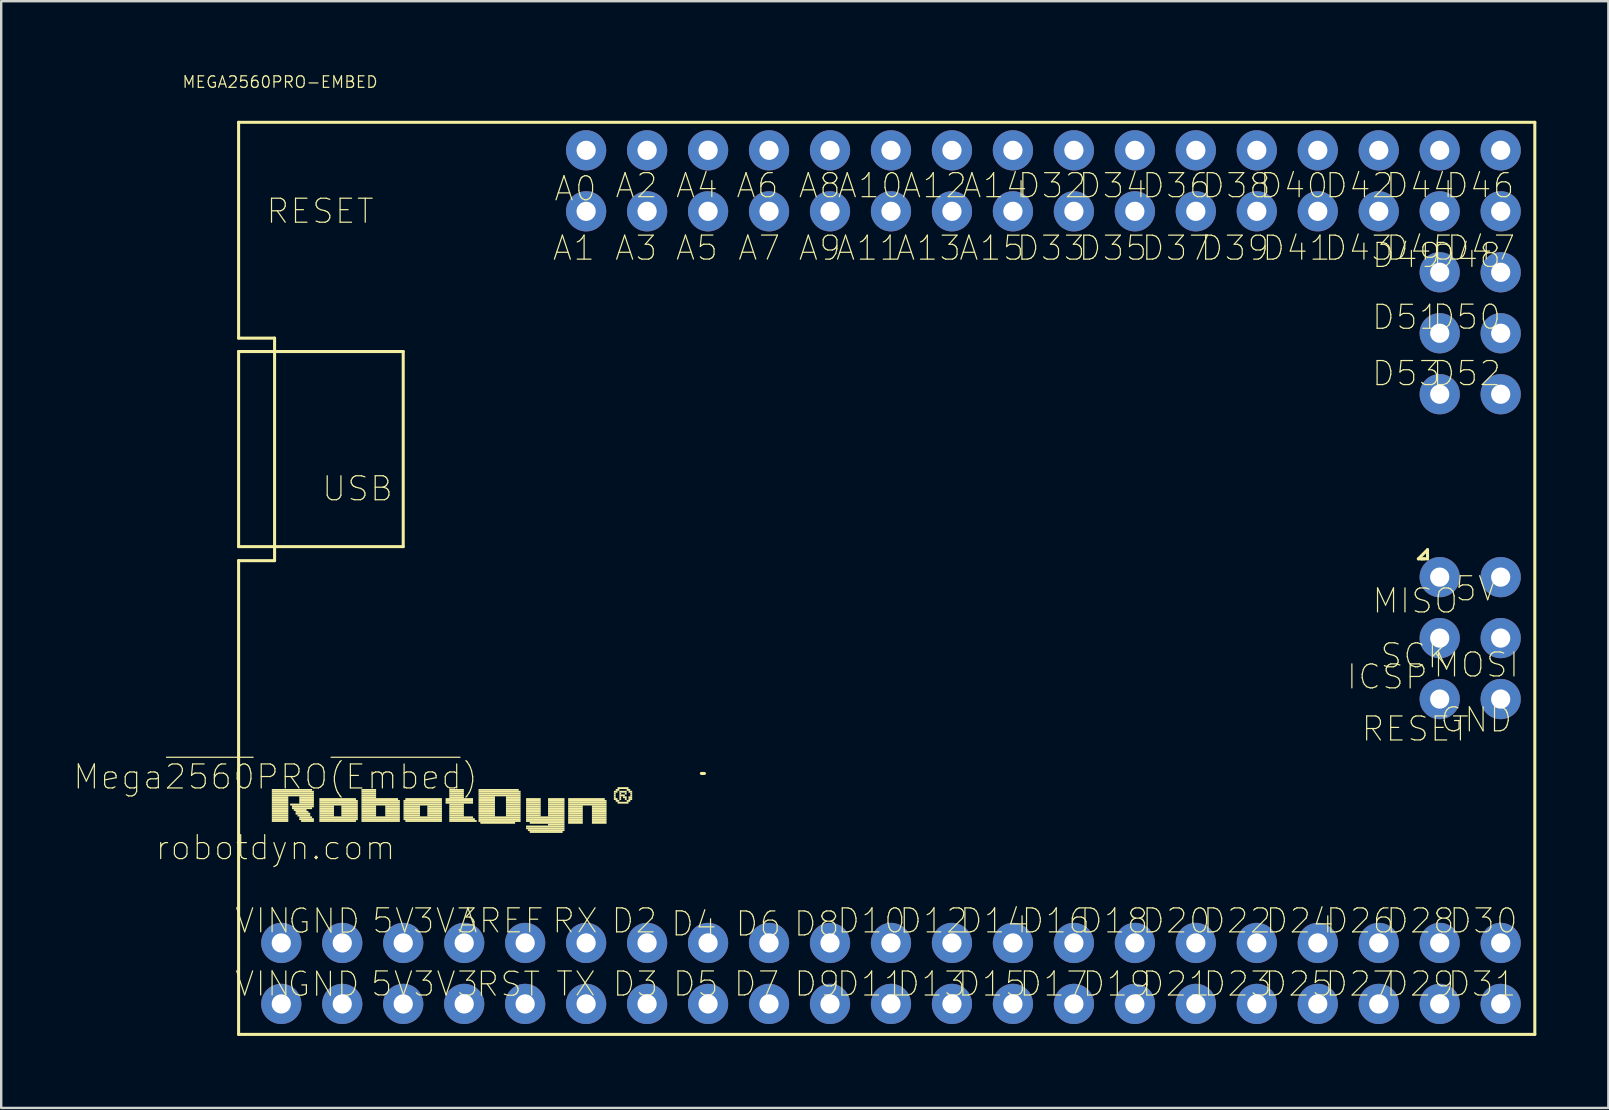
<source format=kicad_pcb>
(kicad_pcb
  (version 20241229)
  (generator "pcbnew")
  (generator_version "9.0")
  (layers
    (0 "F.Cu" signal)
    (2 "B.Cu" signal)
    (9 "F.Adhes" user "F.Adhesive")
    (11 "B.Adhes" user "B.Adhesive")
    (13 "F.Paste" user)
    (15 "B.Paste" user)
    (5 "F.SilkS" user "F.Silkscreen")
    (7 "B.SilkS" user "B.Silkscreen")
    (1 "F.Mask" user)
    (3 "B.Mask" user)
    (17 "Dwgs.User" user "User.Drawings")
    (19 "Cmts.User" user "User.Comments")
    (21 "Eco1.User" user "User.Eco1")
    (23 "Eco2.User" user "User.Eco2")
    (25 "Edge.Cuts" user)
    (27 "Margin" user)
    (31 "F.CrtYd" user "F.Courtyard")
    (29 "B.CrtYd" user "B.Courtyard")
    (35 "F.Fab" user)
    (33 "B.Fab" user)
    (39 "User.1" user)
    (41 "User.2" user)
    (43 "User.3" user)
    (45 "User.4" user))
  (footprint "MEGA2560PRO-EMBED"
    (layer "F.Cu")
    (at 41.688 19.723)
    (property "Reference" "MEGA2560PRO-EMBED" (at -33.071 -19.355 0) (layer "F.SilkS") (effects (font (size 0.48 0.48) (thickness 0.05))))
    (attr through_hole)
    (fp_line (start -34.798 -17.678) (end 19.202 -17.678) (stroke (width 0.127) (type solid)) (layer "F.SilkS"))
    (fp_line (start -34.798 -8.687) (end -34.798 -17.678) (stroke (width 0.127) (type solid)) (layer "F.SilkS"))
    (fp_line (start -34.798 -8.687) (end -33.299 -8.687) (stroke (width 0.127) (type solid)) (layer "F.SilkS"))
    (fp_line (start -34.798 -8.128) (end -34.798 0) (stroke (width 0.127) (type solid)) (layer "F.SilkS"))
    (fp_line (start -34.798 0) (end -27.94 0) (stroke (width 0.127) (type solid)) (layer "F.SilkS"))
    (fp_line (start -34.798 0.584) (end -33.299 0.584) (stroke (width 0.127) (type solid)) (layer "F.SilkS"))
    (fp_line (start -34.798 20.32) (end -34.798 0.584) (stroke (width 0.127) (type solid)) (layer "F.SilkS"))
    (fp_line (start -34.798 20.32) (end 19.202 20.32) (stroke (width 0.127) (type solid)) (layer "F.SilkS"))
    (fp_line (start -33.299 0.584) (end -33.299 -8.687) (stroke (width 0.127) (type solid)) (layer "F.SilkS"))
    (fp_line (start -27.94 -8.128) (end -34.798 -8.128) (stroke (width 0.127) (type solid)) (layer "F.SilkS"))
    (fp_line (start -27.94 0) (end -27.94 -8.128) (stroke (width 0.127) (type solid)) (layer "F.SilkS"))
    (fp_line (start -15.519 9.449) (end -15.392 9.449) (stroke (width 0.127) (type solid)) (layer "F.SilkS"))
    (fp_line (start 14.351 0.508) (end 14.732 0.127) (stroke (width 0.127) (type solid)) (layer "F.SilkS"))
    (fp_line (start 14.478 0.508) (end 14.351 0.508) (stroke (width 0.127) (type solid)) (layer "F.SilkS"))
    (fp_line (start 14.605 0.508) (end 14.478 0.508) (stroke (width 0.127) (type solid)) (layer "F.SilkS"))
    (fp_line (start 14.732 0.127) (end 14.732 0.508) (stroke (width 0.127) (type solid)) (layer "F.SilkS"))
    (fp_line (start 14.732 0.508) (end 14.478 0.508) (stroke (width 0.127) (type solid)) (layer "F.SilkS"))
    (fp_line (start 19.202 20.32) (end 19.202 -17.678) (stroke (width 0.127) (type solid)) (layer "F.SilkS"))
    (fp_poly (pts (xy -33.414 10.097) (xy -31.737 10.097) (xy -31.737 10.173) (xy -33.414 10.173)) (stroke (width 0) (type solid)) (fill yes) (layer "F.SilkS"))
    (fp_poly (pts (xy -33.414 10.173) (xy -31.661 10.173) (xy -31.661 10.249) (xy -33.414 10.249)) (stroke (width 0) (type solid)) (fill yes) (layer "F.SilkS"))
    (fp_poly (pts (xy -33.414 10.249) (xy -31.661 10.249) (xy -31.661 10.325) (xy -33.414 10.325)) (stroke (width 0) (type solid)) (fill yes) (layer "F.SilkS"))
    (fp_poly (pts (xy -33.414 10.325) (xy -31.661 10.325) (xy -31.661 10.401) (xy -33.414 10.401)) (stroke (width 0) (type solid)) (fill yes) (layer "F.SilkS"))
    (fp_poly (pts (xy -33.414 10.401) (xy -32.728 10.401) (xy -32.728 10.477) (xy -33.414 10.477)) (stroke (width 0) (type solid)) (fill yes) (layer "F.SilkS"))
    (fp_poly (pts (xy -33.414 10.477) (xy -32.728 10.477) (xy -32.728 10.554) (xy -33.414 10.554)) (stroke (width 0) (type solid)) (fill yes) (layer "F.SilkS"))
    (fp_poly (pts (xy -33.414 10.554) (xy -32.728 10.554) (xy -32.728 10.63) (xy -33.414 10.63)) (stroke (width 0) (type solid)) (fill yes) (layer "F.SilkS"))
    (fp_poly (pts (xy -33.414 10.63) (xy -32.728 10.63) (xy -32.728 10.706) (xy -33.414 10.706)) (stroke (width 0) (type solid)) (fill yes) (layer "F.SilkS"))
    (fp_poly (pts (xy -33.414 10.706) (xy -32.728 10.706) (xy -32.728 10.782) (xy -33.414 10.782)) (stroke (width 0) (type solid)) (fill yes) (layer "F.SilkS"))
    (fp_poly (pts (xy -33.414 10.782) (xy -32.728 10.782) (xy -32.728 10.858) (xy -33.414 10.858)) (stroke (width 0) (type solid)) (fill yes) (layer "F.SilkS"))
    (fp_poly (pts (xy -33.414 10.858) (xy -32.728 10.858) (xy -32.728 10.935) (xy -33.414 10.935)) (stroke (width 0) (type solid)) (fill yes) (layer "F.SilkS"))
    (fp_poly (pts (xy -33.414 10.935) (xy -32.728 10.935) (xy -32.728 11.011) (xy -33.414 11.011)) (stroke (width 0) (type solid)) (fill yes) (layer "F.SilkS"))
    (fp_poly (pts (xy -33.414 11.011) (xy -32.728 11.011) (xy -32.728 11.087) (xy -33.414 11.087)) (stroke (width 0) (type solid)) (fill yes) (layer "F.SilkS"))
    (fp_poly (pts (xy -33.414 11.087) (xy -32.728 11.087) (xy -32.728 11.163) (xy -33.414 11.163)) (stroke (width 0) (type solid)) (fill yes) (layer "F.SilkS"))
    (fp_poly (pts (xy -33.414 11.163) (xy -32.728 11.163) (xy -32.728 11.239) (xy -33.414 11.239)) (stroke (width 0) (type solid)) (fill yes) (layer "F.SilkS"))
    (fp_poly (pts (xy -33.414 11.239) (xy -32.728 11.239) (xy -32.728 11.316) (xy -33.414 11.316)) (stroke (width 0) (type solid)) (fill yes) (layer "F.SilkS"))
    (fp_poly (pts (xy -33.414 11.316) (xy -32.728 11.316) (xy -32.728 11.392) (xy -33.414 11.392)) (stroke (width 0) (type solid)) (fill yes) (layer "F.SilkS"))
    (fp_poly (pts (xy -33.414 11.392) (xy -32.728 11.392) (xy -32.728 11.468) (xy -33.414 11.468)) (stroke (width 0) (type solid)) (fill yes) (layer "F.SilkS"))
    (fp_poly (pts (xy -32.652 10.706) (xy -31.661 10.706) (xy -31.661 10.782) (xy -32.652 10.782)) (stroke (width 0) (type solid)) (fill yes) (layer "F.SilkS"))
    (fp_poly (pts (xy -32.575 10.782) (xy -31.661 10.782) (xy -31.661 10.858) (xy -32.575 10.858)) (stroke (width 0) (type solid)) (fill yes) (layer "F.SilkS"))
    (fp_poly (pts (xy -32.575 10.858) (xy -31.737 10.858) (xy -31.737 10.935) (xy -32.575 10.935)) (stroke (width 0) (type solid)) (fill yes) (layer "F.SilkS"))
    (fp_poly (pts (xy -32.499 10.935) (xy -31.966 10.935) (xy -31.966 11.011) (xy -32.499 11.011)) (stroke (width 0) (type solid)) (fill yes) (layer "F.SilkS"))
    (fp_poly (pts (xy -32.423 11.011) (xy -31.89 11.011) (xy -31.89 11.087) (xy -32.423 11.087)) (stroke (width 0) (type solid)) (fill yes) (layer "F.SilkS"))
    (fp_poly (pts (xy -32.423 11.087) (xy -31.814 11.087) (xy -31.814 11.163) (xy -32.423 11.163)) (stroke (width 0) (type solid)) (fill yes) (layer "F.SilkS"))
    (fp_poly (pts (xy -32.347 11.163) (xy -31.814 11.163) (xy -31.814 11.239) (xy -32.347 11.239)) (stroke (width 0) (type solid)) (fill yes) (layer "F.SilkS"))
    (fp_poly (pts (xy -32.271 10.401) (xy -31.661 10.401) (xy -31.661 10.477) (xy -32.271 10.477)) (stroke (width 0) (type solid)) (fill yes) (layer "F.SilkS"))
    (fp_poly (pts (xy -32.271 10.477) (xy -31.661 10.477) (xy -31.661 10.554) (xy -32.271 10.554)) (stroke (width 0) (type solid)) (fill yes) (layer "F.SilkS"))
    (fp_poly (pts (xy -32.271 10.554) (xy -31.661 10.554) (xy -31.661 10.63) (xy -32.271 10.63)) (stroke (width 0) (type solid)) (fill yes) (layer "F.SilkS"))
    (fp_poly (pts (xy -32.271 10.63) (xy -31.661 10.63) (xy -31.661 10.706) (xy -32.271 10.706)) (stroke (width 0) (type solid)) (fill yes) (layer "F.SilkS"))
    (fp_poly (pts (xy -32.271 11.239) (xy -31.737 11.239) (xy -31.737 11.316) (xy -32.271 11.316)) (stroke (width 0) (type solid)) (fill yes) (layer "F.SilkS"))
    (fp_poly (pts (xy -32.271 11.316) (xy -31.661 11.316) (xy -31.661 11.392) (xy -32.271 11.392)) (stroke (width 0) (type solid)) (fill yes) (layer "F.SilkS"))
    (fp_poly (pts (xy -32.194 11.392) (xy -31.661 11.392) (xy -31.661 11.468) (xy -32.194 11.468)) (stroke (width 0) (type solid)) (fill yes) (layer "F.SilkS"))
    (fp_poly (pts (xy -31.433 10.477) (xy -29.909 10.477) (xy -29.909 10.554) (xy -31.433 10.554)) (stroke (width 0) (type solid)) (fill yes) (layer "F.SilkS"))
    (fp_poly (pts (xy -31.433 10.554) (xy -29.832 10.554) (xy -29.832 10.63) (xy -31.433 10.63)) (stroke (width 0) (type solid)) (fill yes) (layer "F.SilkS"))
    (fp_poly (pts (xy -31.433 10.63) (xy -29.832 10.63) (xy -29.832 10.706) (xy -31.433 10.706)) (stroke (width 0) (type solid)) (fill yes) (layer "F.SilkS"))
    (fp_poly (pts (xy -31.433 10.706) (xy -29.832 10.706) (xy -29.832 10.782) (xy -31.433 10.782)) (stroke (width 0) (type solid)) (fill yes) (layer "F.SilkS"))
    (fp_poly (pts (xy -31.433 10.782) (xy -30.823 10.782) (xy -30.823 10.858) (xy -31.433 10.858)) (stroke (width 0) (type solid)) (fill yes) (layer "F.SilkS"))
    (fp_poly (pts (xy -31.433 10.858) (xy -30.823 10.858) (xy -30.823 10.935) (xy -31.433 10.935)) (stroke (width 0) (type solid)) (fill yes) (layer "F.SilkS"))
    (fp_poly (pts (xy -31.433 10.935) (xy -30.823 10.935) (xy -30.823 11.011) (xy -31.433 11.011)) (stroke (width 0) (type solid)) (fill yes) (layer "F.SilkS"))
    (fp_poly (pts (xy -31.433 11.011) (xy -30.823 11.011) (xy -30.823 11.087) (xy -31.433 11.087)) (stroke (width 0) (type solid)) (fill yes) (layer "F.SilkS"))
    (fp_poly (pts (xy -31.433 11.087) (xy -30.823 11.087) (xy -30.823 11.163) (xy -31.433 11.163)) (stroke (width 0) (type solid)) (fill yes) (layer "F.SilkS"))
    (fp_poly (pts (xy -31.433 11.163) (xy -30.823 11.163) (xy -30.823 11.239) (xy -31.433 11.239)) (stroke (width 0) (type solid)) (fill yes) (layer "F.SilkS"))
    (fp_poly (pts (xy -31.433 11.239) (xy -29.832 11.239) (xy -29.832 11.316) (xy -31.433 11.316)) (stroke (width 0) (type solid)) (fill yes) (layer "F.SilkS"))
    (fp_poly (pts (xy -31.433 11.316) (xy -29.832 11.316) (xy -29.832 11.392) (xy -31.433 11.392)) (stroke (width 0) (type solid)) (fill yes) (layer "F.SilkS"))
    (fp_poly (pts (xy -31.433 11.392) (xy -29.909 11.392) (xy -29.909 11.468) (xy -31.433 11.468)) (stroke (width 0) (type solid)) (fill yes) (layer "F.SilkS"))
    (fp_poly (pts (xy -30.518 10.782) (xy -29.832 10.782) (xy -29.832 10.858) (xy -30.518 10.858)) (stroke (width 0) (type solid)) (fill yes) (layer "F.SilkS"))
    (fp_poly (pts (xy -30.518 10.858) (xy -29.832 10.858) (xy -29.832 10.935) (xy -30.518 10.935)) (stroke (width 0) (type solid)) (fill yes) (layer "F.SilkS"))
    (fp_poly (pts (xy -30.518 10.935) (xy -29.832 10.935) (xy -29.832 11.011) (xy -30.518 11.011)) (stroke (width 0) (type solid)) (fill yes) (layer "F.SilkS"))
    (fp_poly (pts (xy -30.518 11.011) (xy -29.832 11.011) (xy -29.832 11.087) (xy -30.518 11.087)) (stroke (width 0) (type solid)) (fill yes) (layer "F.SilkS"))
    (fp_poly (pts (xy -30.518 11.087) (xy -29.832 11.087) (xy -29.832 11.163) (xy -30.518 11.163)) (stroke (width 0) (type solid)) (fill yes) (layer "F.SilkS"))
    (fp_poly (pts (xy -30.518 11.163) (xy -29.832 11.163) (xy -29.832 11.239) (xy -30.518 11.239)) (stroke (width 0) (type solid)) (fill yes) (layer "F.SilkS"))
    (fp_poly (pts (xy -29.68 10.097) (xy -29.07 10.097) (xy -29.07 10.173) (xy -29.68 10.173)) (stroke (width 0) (type solid)) (fill yes) (layer "F.SilkS"))
    (fp_poly (pts (xy -29.68 10.173) (xy -29.07 10.173) (xy -29.07 10.249) (xy -29.68 10.249)) (stroke (width 0) (type solid)) (fill yes) (layer "F.SilkS"))
    (fp_poly (pts (xy -29.68 10.249) (xy -29.07 10.249) (xy -29.07 10.325) (xy -29.68 10.325)) (stroke (width 0) (type solid)) (fill yes) (layer "F.SilkS"))
    (fp_poly (pts (xy -29.68 10.325) (xy -29.07 10.325) (xy -29.07 10.401) (xy -29.68 10.401)) (stroke (width 0) (type solid)) (fill yes) (layer "F.SilkS"))
    (fp_poly (pts (xy -29.68 10.401) (xy -29.07 10.401) (xy -29.07 10.477) (xy -29.68 10.477)) (stroke (width 0) (type solid)) (fill yes) (layer "F.SilkS"))
    (fp_poly (pts (xy -29.68 10.477) (xy -28.156 10.477) (xy -28.156 10.554) (xy -29.68 10.554)) (stroke (width 0) (type solid)) (fill yes) (layer "F.SilkS"))
    (fp_poly (pts (xy -29.68 10.554) (xy -28.08 10.554) (xy -28.08 10.63) (xy -29.68 10.63)) (stroke (width 0) (type solid)) (fill yes) (layer "F.SilkS"))
    (fp_poly (pts (xy -29.68 10.63) (xy -28.08 10.63) (xy -28.08 10.706) (xy -29.68 10.706)) (stroke (width 0) (type solid)) (fill yes) (layer "F.SilkS"))
    (fp_poly (pts (xy -29.68 10.706) (xy -28.08 10.706) (xy -28.08 10.782) (xy -29.68 10.782)) (stroke (width 0) (type solid)) (fill yes) (layer "F.SilkS"))
    (fp_poly (pts (xy -29.68 10.782) (xy -29.07 10.782) (xy -29.07 10.858) (xy -29.68 10.858)) (stroke (width 0) (type solid)) (fill yes) (layer "F.SilkS"))
    (fp_poly (pts (xy -29.68 10.858) (xy -29.07 10.858) (xy -29.07 10.935) (xy -29.68 10.935)) (stroke (width 0) (type solid)) (fill yes) (layer "F.SilkS"))
    (fp_poly (pts (xy -29.68 10.935) (xy -29.07 10.935) (xy -29.07 11.011) (xy -29.68 11.011)) (stroke (width 0) (type solid)) (fill yes) (layer "F.SilkS"))
    (fp_poly (pts (xy -29.68 11.011) (xy -29.07 11.011) (xy -29.07 11.087) (xy -29.68 11.087)) (stroke (width 0) (type solid)) (fill yes) (layer "F.SilkS"))
    (fp_poly (pts (xy -29.68 11.087) (xy -29.07 11.087) (xy -29.07 11.163) (xy -29.68 11.163)) (stroke (width 0) (type solid)) (fill yes) (layer "F.SilkS"))
    (fp_poly (pts (xy -29.68 11.163) (xy -29.07 11.163) (xy -29.07 11.239) (xy -29.68 11.239)) (stroke (width 0) (type solid)) (fill yes) (layer "F.SilkS"))
    (fp_poly (pts (xy -29.68 11.239) (xy -28.08 11.239) (xy -28.08 11.316) (xy -29.68 11.316)) (stroke (width 0) (type solid)) (fill yes) (layer "F.SilkS"))
    (fp_poly (pts (xy -29.68 11.316) (xy -28.08 11.316) (xy -28.08 11.392) (xy -29.68 11.392)) (stroke (width 0) (type solid)) (fill yes) (layer "F.SilkS"))
    (fp_poly (pts (xy -29.68 11.392) (xy -28.08 11.392) (xy -28.08 11.468) (xy -29.68 11.468)) (stroke (width 0) (type solid)) (fill yes) (layer "F.SilkS"))
    (fp_poly (pts (xy -28.689 10.782) (xy -28.08 10.782) (xy -28.08 10.858) (xy -28.689 10.858)) (stroke (width 0) (type solid)) (fill yes) (layer "F.SilkS"))
    (fp_poly (pts (xy -28.689 10.858) (xy -28.08 10.858) (xy -28.08 10.935) (xy -28.689 10.935)) (stroke (width 0) (type solid)) (fill yes) (layer "F.SilkS"))
    (fp_poly (pts (xy -28.689 10.935) (xy -28.08 10.935) (xy -28.08 11.011) (xy -28.689 11.011)) (stroke (width 0) (type solid)) (fill yes) (layer "F.SilkS"))
    (fp_poly (pts (xy -28.689 11.011) (xy -28.08 11.011) (xy -28.08 11.087) (xy -28.689 11.087)) (stroke (width 0) (type solid)) (fill yes) (layer "F.SilkS"))
    (fp_poly (pts (xy -28.689 11.087) (xy -28.08 11.087) (xy -28.08 11.163) (xy -28.689 11.163)) (stroke (width 0) (type solid)) (fill yes) (layer "F.SilkS"))
    (fp_poly (pts (xy -28.689 11.163) (xy -28.08 11.163) (xy -28.08 11.239) (xy -28.689 11.239)) (stroke (width 0) (type solid)) (fill yes) (layer "F.SilkS"))
    (fp_poly (pts (xy -27.927 10.554) (xy -26.327 10.554) (xy -26.327 10.63) (xy -27.927 10.63)) (stroke (width 0) (type solid)) (fill yes) (layer "F.SilkS"))
    (fp_poly (pts (xy -27.927 10.63) (xy -26.327 10.63) (xy -26.327 10.706) (xy -27.927 10.706)) (stroke (width 0) (type solid)) (fill yes) (layer "F.SilkS"))
    (fp_poly (pts (xy -27.927 10.706) (xy -26.327 10.706) (xy -26.327 10.782) (xy -27.927 10.782)) (stroke (width 0) (type solid)) (fill yes) (layer "F.SilkS"))
    (fp_poly (pts (xy -27.927 10.782) (xy -27.241 10.782) (xy -27.241 10.858) (xy -27.927 10.858)) (stroke (width 0) (type solid)) (fill yes) (layer "F.SilkS"))
    (fp_poly (pts (xy -27.927 10.858) (xy -27.241 10.858) (xy -27.241 10.935) (xy -27.927 10.935)) (stroke (width 0) (type solid)) (fill yes) (layer "F.SilkS"))
    (fp_poly (pts (xy -27.927 10.935) (xy -27.241 10.935) (xy -27.241 11.011) (xy -27.927 11.011)) (stroke (width 0) (type solid)) (fill yes) (layer "F.SilkS"))
    (fp_poly (pts (xy -27.927 11.011) (xy -27.241 11.011) (xy -27.241 11.087) (xy -27.927 11.087)) (stroke (width 0) (type solid)) (fill yes) (layer "F.SilkS"))
    (fp_poly (pts (xy -27.927 11.087) (xy -27.241 11.087) (xy -27.241 11.163) (xy -27.927 11.163)) (stroke (width 0) (type solid)) (fill yes) (layer "F.SilkS"))
    (fp_poly (pts (xy -27.927 11.163) (xy -27.241 11.163) (xy -27.241 11.239) (xy -27.927 11.239)) (stroke (width 0) (type solid)) (fill yes) (layer "F.SilkS"))
    (fp_poly (pts (xy -27.927 11.239) (xy -26.327 11.239) (xy -26.327 11.316) (xy -27.927 11.316)) (stroke (width 0) (type solid)) (fill yes) (layer "F.SilkS"))
    (fp_poly (pts (xy -27.927 11.316) (xy -26.327 11.316) (xy -26.327 11.392) (xy -27.927 11.392)) (stroke (width 0) (type solid)) (fill yes) (layer "F.SilkS"))
    (fp_poly (pts (xy -27.851 10.477) (xy -26.327 10.477) (xy -26.327 10.554) (xy -27.851 10.554)) (stroke (width 0) (type solid)) (fill yes) (layer "F.SilkS"))
    (fp_poly (pts (xy -27.851 11.392) (xy -26.327 11.392) (xy -26.327 11.468) (xy -27.851 11.468)) (stroke (width 0) (type solid)) (fill yes) (layer "F.SilkS"))
    (fp_poly (pts (xy -26.937 10.782) (xy -26.327 10.782) (xy -26.327 10.858) (xy -26.937 10.858)) (stroke (width 0) (type solid)) (fill yes) (layer "F.SilkS"))
    (fp_poly (pts (xy -26.937 10.858) (xy -26.327 10.858) (xy -26.327 10.935) (xy -26.937 10.935)) (stroke (width 0) (type solid)) (fill yes) (layer "F.SilkS"))
    (fp_poly (pts (xy -26.937 10.935) (xy -26.327 10.935) (xy -26.327 11.011) (xy -26.937 11.011)) (stroke (width 0) (type solid)) (fill yes) (layer "F.SilkS"))
    (fp_poly (pts (xy -26.937 11.011) (xy -26.327 11.011) (xy -26.327 11.087) (xy -26.937 11.087)) (stroke (width 0) (type solid)) (fill yes) (layer "F.SilkS"))
    (fp_poly (pts (xy -26.937 11.087) (xy -26.327 11.087) (xy -26.327 11.163) (xy -26.937 11.163)) (stroke (width 0) (type solid)) (fill yes) (layer "F.SilkS"))
    (fp_poly (pts (xy -26.937 11.163) (xy -26.327 11.163) (xy -26.327 11.239) (xy -26.937 11.239)) (stroke (width 0) (type solid)) (fill yes) (layer "F.SilkS"))
    (fp_poly (pts (xy -26.175 10.477) (xy -25.032 10.477) (xy -25.032 10.554) (xy -26.175 10.554)) (stroke (width 0) (type solid)) (fill yes) (layer "F.SilkS"))
    (fp_poly (pts (xy -26.175 10.554) (xy -25.032 10.554) (xy -25.032 10.63) (xy -26.175 10.63)) (stroke (width 0) (type solid)) (fill yes) (layer "F.SilkS"))
    (fp_poly (pts (xy -26.175 10.63) (xy -25.032 10.63) (xy -25.032 10.706) (xy -26.175 10.706)) (stroke (width 0) (type solid)) (fill yes) (layer "F.SilkS"))
    (fp_poly (pts (xy -26.022 10.097) (xy -25.413 10.097) (xy -25.413 10.173) (xy -26.022 10.173)) (stroke (width 0) (type solid)) (fill yes) (layer "F.SilkS"))
    (fp_poly (pts (xy -26.022 10.173) (xy -25.413 10.173) (xy -25.413 10.249) (xy -26.022 10.249)) (stroke (width 0) (type solid)) (fill yes) (layer "F.SilkS"))
    (fp_poly (pts (xy -26.022 10.249) (xy -25.413 10.249) (xy -25.413 10.325) (xy -26.022 10.325)) (stroke (width 0) (type solid)) (fill yes) (layer "F.SilkS"))
    (fp_poly (pts (xy -26.022 10.325) (xy -25.413 10.325) (xy -25.413 10.401) (xy -26.022 10.401)) (stroke (width 0) (type solid)) (fill yes) (layer "F.SilkS"))
    (fp_poly (pts (xy -26.022 10.401) (xy -25.413 10.401) (xy -25.413 10.477) (xy -26.022 10.477)) (stroke (width 0) (type solid)) (fill yes) (layer "F.SilkS"))
    (fp_poly (pts (xy -26.022 10.706) (xy -25.413 10.706) (xy -25.413 10.782) (xy -26.022 10.782)) (stroke (width 0) (type solid)) (fill yes) (layer "F.SilkS"))
    (fp_poly (pts (xy -26.022 10.782) (xy -25.413 10.782) (xy -25.413 10.858) (xy -26.022 10.858)) (stroke (width 0) (type solid)) (fill yes) (layer "F.SilkS"))
    (fp_poly (pts (xy -26.022 10.858) (xy -25.413 10.858) (xy -25.413 10.935) (xy -26.022 10.935)) (stroke (width 0) (type solid)) (fill yes) (layer "F.SilkS"))
    (fp_poly (pts (xy -26.022 10.935) (xy -25.413 10.935) (xy -25.413 11.011) (xy -26.022 11.011)) (stroke (width 0) (type solid)) (fill yes) (layer "F.SilkS"))
    (fp_poly (pts (xy -26.022 11.011) (xy -25.413 11.011) (xy -25.413 11.087) (xy -26.022 11.087)) (stroke (width 0) (type solid)) (fill yes) (layer "F.SilkS"))
    (fp_poly (pts (xy -26.022 11.087) (xy -25.413 11.087) (xy -25.413 11.163) (xy -26.022 11.163)) (stroke (width 0) (type solid)) (fill yes) (layer "F.SilkS"))
    (fp_poly (pts (xy -26.022 11.163) (xy -25.413 11.163) (xy -25.413 11.239) (xy -26.022 11.239)) (stroke (width 0) (type solid)) (fill yes) (layer "F.SilkS"))
    (fp_poly (pts (xy -26.022 11.239) (xy -25.032 11.239) (xy -25.032 11.316) (xy -26.022 11.316)) (stroke (width 0) (type solid)) (fill yes) (layer "F.SilkS"))
    (fp_poly (pts (xy -26.022 11.316) (xy -24.956 11.316) (xy -24.956 11.392) (xy -26.022 11.392)) (stroke (width 0) (type solid)) (fill yes) (layer "F.SilkS"))
    (fp_poly (pts (xy -26.022 11.392) (xy -24.879 11.392) (xy -24.879 11.468) (xy -26.022 11.468)) (stroke (width 0) (type solid)) (fill yes) (layer "F.SilkS"))
    (fp_poly (pts (xy -24.803 10.097) (xy -23.127 10.097) (xy -23.127 10.173) (xy -24.803 10.173)) (stroke (width 0) (type solid)) (fill yes) (layer "F.SilkS"))
    (fp_poly (pts (xy -24.803 10.173) (xy -23.05 10.173) (xy -23.05 10.249) (xy -24.803 10.249)) (stroke (width 0) (type solid)) (fill yes) (layer "F.SilkS"))
    (fp_poly (pts (xy -24.803 10.249) (xy -23.05 10.249) (xy -23.05 10.325) (xy -24.803 10.325)) (stroke (width 0) (type solid)) (fill yes) (layer "F.SilkS"))
    (fp_poly (pts (xy -24.803 10.325) (xy -23.05 10.325) (xy -23.05 10.401) (xy -24.803 10.401)) (stroke (width 0) (type solid)) (fill yes) (layer "F.SilkS"))
    (fp_poly (pts (xy -24.803 10.401) (xy -24.117 10.401) (xy -24.117 10.477) (xy -24.803 10.477)) (stroke (width 0) (type solid)) (fill yes) (layer "F.SilkS"))
    (fp_poly (pts (xy -24.803 10.477) (xy -24.117 10.477) (xy -24.117 10.554) (xy -24.803 10.554)) (stroke (width 0) (type solid)) (fill yes) (layer "F.SilkS"))
    (fp_poly (pts (xy -24.803 10.554) (xy -24.117 10.554) (xy -24.117 10.63) (xy -24.803 10.63)) (stroke (width 0) (type solid)) (fill yes) (layer "F.SilkS"))
    (fp_poly (pts (xy -24.803 10.63) (xy -24.117 10.63) (xy -24.117 10.706) (xy -24.803 10.706)) (stroke (width 0) (type solid)) (fill yes) (layer "F.SilkS"))
    (fp_poly (pts (xy -24.803 10.706) (xy -24.117 10.706) (xy -24.117 10.782) (xy -24.803 10.782)) (stroke (width 0) (type solid)) (fill yes) (layer "F.SilkS"))
    (fp_poly (pts (xy -24.803 10.782) (xy -24.117 10.782) (xy -24.117 10.858) (xy -24.803 10.858)) (stroke (width 0) (type solid)) (fill yes) (layer "F.SilkS"))
    (fp_poly (pts (xy -24.803 10.858) (xy -24.117 10.858) (xy -24.117 10.935) (xy -24.803 10.935)) (stroke (width 0) (type solid)) (fill yes) (layer "F.SilkS"))
    (fp_poly (pts (xy -24.803 10.935) (xy -24.117 10.935) (xy -24.117 11.011) (xy -24.803 11.011)) (stroke (width 0) (type solid)) (fill yes) (layer "F.SilkS"))
    (fp_poly (pts (xy -24.803 11.011) (xy -24.117 11.011) (xy -24.117 11.087) (xy -24.803 11.087)) (stroke (width 0) (type solid)) (fill yes) (layer "F.SilkS"))
    (fp_poly (pts (xy -24.803 11.087) (xy -24.117 11.087) (xy -24.117 11.163) (xy -24.803 11.163)) (stroke (width 0) (type solid)) (fill yes) (layer "F.SilkS"))
    (fp_poly (pts (xy -24.803 11.163) (xy -24.117 11.163) (xy -24.117 11.239) (xy -24.803 11.239)) (stroke (width 0) (type solid)) (fill yes) (layer "F.SilkS"))
    (fp_poly (pts (xy -24.803 11.239) (xy -23.05 11.239) (xy -23.05 11.316) (xy -24.803 11.316)) (stroke (width 0) (type solid)) (fill yes) (layer "F.SilkS"))
    (fp_poly (pts (xy -24.803 11.316) (xy -23.05 11.316) (xy -23.05 11.392) (xy -24.803 11.392)) (stroke (width 0) (type solid)) (fill yes) (layer "F.SilkS"))
    (fp_poly (pts (xy -24.803 11.392) (xy -23.05 11.392) (xy -23.05 11.468) (xy -24.803 11.468)) (stroke (width 0) (type solid)) (fill yes) (layer "F.SilkS"))
    (fp_poly (pts (xy -24.727 11.468) (xy -23.279 11.468) (xy -23.279 11.544) (xy -24.727 11.544)) (stroke (width 0) (type solid)) (fill yes) (layer "F.SilkS"))
    (fp_poly (pts (xy -23.66 10.401) (xy -23.05 10.401) (xy -23.05 10.477) (xy -23.66 10.477)) (stroke (width 0) (type solid)) (fill yes) (layer "F.SilkS"))
    (fp_poly (pts (xy -23.66 10.477) (xy -23.05 10.477) (xy -23.05 10.554) (xy -23.66 10.554)) (stroke (width 0) (type solid)) (fill yes) (layer "F.SilkS"))
    (fp_poly (pts (xy -23.66 10.554) (xy -23.05 10.554) (xy -23.05 10.63) (xy -23.66 10.63)) (stroke (width 0) (type solid)) (fill yes) (layer "F.SilkS"))
    (fp_poly (pts (xy -23.66 10.63) (xy -23.05 10.63) (xy -23.05 10.706) (xy -23.66 10.706)) (stroke (width 0) (type solid)) (fill yes) (layer "F.SilkS"))
    (fp_poly (pts (xy -23.66 10.706) (xy -23.05 10.706) (xy -23.05 10.782) (xy -23.66 10.782)) (stroke (width 0) (type solid)) (fill yes) (layer "F.SilkS"))
    (fp_poly (pts (xy -23.66 10.782) (xy -23.05 10.782) (xy -23.05 10.858) (xy -23.66 10.858)) (stroke (width 0) (type solid)) (fill yes) (layer "F.SilkS"))
    (fp_poly (pts (xy -23.66 10.858) (xy -23.05 10.858) (xy -23.05 10.935) (xy -23.66 10.935)) (stroke (width 0) (type solid)) (fill yes) (layer "F.SilkS"))
    (fp_poly (pts (xy -23.66 10.935) (xy -23.05 10.935) (xy -23.05 11.011) (xy -23.66 11.011)) (stroke (width 0) (type solid)) (fill yes) (layer "F.SilkS"))
    (fp_poly (pts (xy -23.66 11.011) (xy -23.05 11.011) (xy -23.05 11.087) (xy -23.66 11.087)) (stroke (width 0) (type solid)) (fill yes) (layer "F.SilkS"))
    (fp_poly (pts (xy -23.66 11.087) (xy -23.05 11.087) (xy -23.05 11.163) (xy -23.66 11.163)) (stroke (width 0) (type solid)) (fill yes) (layer "F.SilkS"))
    (fp_poly (pts (xy -23.66 11.163) (xy -23.05 11.163) (xy -23.05 11.239) (xy -23.66 11.239)) (stroke (width 0) (type solid)) (fill yes) (layer "F.SilkS"))
    (fp_poly (pts (xy -22.822 10.477) (xy -22.212 10.477) (xy -22.212 10.554) (xy -22.822 10.554)) (stroke (width 0) (type solid)) (fill yes) (layer "F.SilkS"))
    (fp_poly (pts (xy -22.822 10.554) (xy -22.212 10.554) (xy -22.212 10.63) (xy -22.822 10.63)) (stroke (width 0) (type solid)) (fill yes) (layer "F.SilkS"))
    (fp_poly (pts (xy -22.822 10.63) (xy -22.212 10.63) (xy -22.212 10.706) (xy -22.822 10.706)) (stroke (width 0) (type solid)) (fill yes) (layer "F.SilkS"))
    (fp_poly (pts (xy -22.822 10.706) (xy -22.212 10.706) (xy -22.212 10.782) (xy -22.822 10.782)) (stroke (width 0) (type solid)) (fill yes) (layer "F.SilkS"))
    (fp_poly (pts (xy -22.822 10.782) (xy -22.212 10.782) (xy -22.212 10.858) (xy -22.822 10.858)) (stroke (width 0) (type solid)) (fill yes) (layer "F.SilkS"))
    (fp_poly (pts (xy -22.822 10.858) (xy -22.212 10.858) (xy -22.212 10.935) (xy -22.822 10.935)) (stroke (width 0) (type solid)) (fill yes) (layer "F.SilkS"))
    (fp_poly (pts (xy -22.822 10.935) (xy -22.212 10.935) (xy -22.212 11.011) (xy -22.822 11.011)) (stroke (width 0) (type solid)) (fill yes) (layer "F.SilkS"))
    (fp_poly (pts (xy -22.822 11.011) (xy -22.212 11.011) (xy -22.212 11.087) (xy -22.822 11.087)) (stroke (width 0) (type solid)) (fill yes) (layer "F.SilkS"))
    (fp_poly (pts (xy -22.822 11.087) (xy -22.212 11.087) (xy -22.212 11.163) (xy -22.822 11.163)) (stroke (width 0) (type solid)) (fill yes) (layer "F.SilkS"))
    (fp_poly (pts (xy -22.822 11.163) (xy -22.212 11.163) (xy -22.212 11.239) (xy -22.822 11.239)) (stroke (width 0) (type solid)) (fill yes) (layer "F.SilkS"))
    (fp_poly (pts (xy -22.822 11.239) (xy -21.222 11.239) (xy -21.222 11.316) (xy -22.822 11.316)) (stroke (width 0) (type solid)) (fill yes) (layer "F.SilkS"))
    (fp_poly (pts (xy -22.822 11.316) (xy -21.222 11.316) (xy -21.222 11.392) (xy -22.822 11.392)) (stroke (width 0) (type solid)) (fill yes) (layer "F.SilkS"))
    (fp_poly (pts (xy -22.822 11.392) (xy -21.222 11.392) (xy -21.222 11.468) (xy -22.822 11.468)) (stroke (width 0) (type solid)) (fill yes) (layer "F.SilkS"))
    (fp_poly (pts (xy -22.822 11.62) (xy -21.222 11.62) (xy -21.222 11.697) (xy -22.822 11.697)) (stroke (width 0) (type solid)) (fill yes) (layer "F.SilkS"))
    (fp_poly (pts (xy -22.822 11.697) (xy -21.222 11.697) (xy -21.222 11.773) (xy -22.822 11.773)) (stroke (width 0) (type solid)) (fill yes) (layer "F.SilkS"))
    (fp_poly (pts (xy -22.746 11.773) (xy -21.222 11.773) (xy -21.222 11.849) (xy -22.746 11.849)) (stroke (width 0) (type solid)) (fill yes) (layer "F.SilkS"))
    (fp_poly (pts (xy -22.669 11.468) (xy -21.222 11.468) (xy -21.222 11.544) (xy -22.669 11.544)) (stroke (width 0) (type solid)) (fill yes) (layer "F.SilkS"))
    (fp_poly (pts (xy -22.669 11.849) (xy -21.298 11.849) (xy -21.298 11.925) (xy -22.669 11.925)) (stroke (width 0) (type solid)) (fill yes) (layer "F.SilkS"))
    (fp_poly (pts (xy -21.907 10.477) (xy -21.222 10.477) (xy -21.222 10.554) (xy -21.907 10.554)) (stroke (width 0) (type solid)) (fill yes) (layer "F.SilkS"))
    (fp_poly (pts (xy -21.907 10.554) (xy -21.222 10.554) (xy -21.222 10.63) (xy -21.907 10.63)) (stroke (width 0) (type solid)) (fill yes) (layer "F.SilkS"))
    (fp_poly (pts (xy -21.907 10.63) (xy -21.222 10.63) (xy -21.222 10.706) (xy -21.907 10.706)) (stroke (width 0) (type solid)) (fill yes) (layer "F.SilkS"))
    (fp_poly (pts (xy -21.907 10.706) (xy -21.222 10.706) (xy -21.222 10.782) (xy -21.907 10.782)) (stroke (width 0) (type solid)) (fill yes) (layer "F.SilkS"))
    (fp_poly (pts (xy -21.907 10.782) (xy -21.222 10.782) (xy -21.222 10.858) (xy -21.907 10.858)) (stroke (width 0) (type solid)) (fill yes) (layer "F.SilkS"))
    (fp_poly (pts (xy -21.907 10.858) (xy -21.222 10.858) (xy -21.222 10.935) (xy -21.907 10.935)) (stroke (width 0) (type solid)) (fill yes) (layer "F.SilkS"))
    (fp_poly (pts (xy -21.907 10.935) (xy -21.222 10.935) (xy -21.222 11.011) (xy -21.907 11.011)) (stroke (width 0) (type solid)) (fill yes) (layer "F.SilkS"))
    (fp_poly (pts (xy -21.907 11.011) (xy -21.222 11.011) (xy -21.222 11.087) (xy -21.907 11.087)) (stroke (width 0) (type solid)) (fill yes) (layer "F.SilkS"))
    (fp_poly (pts (xy -21.907 11.087) (xy -21.222 11.087) (xy -21.222 11.163) (xy -21.907 11.163)) (stroke (width 0) (type solid)) (fill yes) (layer "F.SilkS"))
    (fp_poly (pts (xy -21.907 11.163) (xy -21.222 11.163) (xy -21.222 11.239) (xy -21.907 11.239)) (stroke (width 0) (type solid)) (fill yes) (layer "F.SilkS"))
    (fp_poly (pts (xy -21.907 11.544) (xy -21.222 11.544) (xy -21.222 11.62) (xy -21.907 11.62)) (stroke (width 0) (type solid)) (fill yes) (layer "F.SilkS"))
    (fp_poly (pts (xy -21.069 10.477) (xy -19.545 10.477) (xy -19.545 10.554) (xy -21.069 10.554)) (stroke (width 0) (type solid)) (fill yes) (layer "F.SilkS"))
    (fp_poly (pts (xy -21.069 10.554) (xy -19.469 10.554) (xy -19.469 10.63) (xy -21.069 10.63)) (stroke (width 0) (type solid)) (fill yes) (layer "F.SilkS"))
    (fp_poly (pts (xy -21.069 10.63) (xy -19.469 10.63) (xy -19.469 10.706) (xy -21.069 10.706)) (stroke (width 0) (type solid)) (fill yes) (layer "F.SilkS"))
    (fp_poly (pts (xy -21.069 10.706) (xy -19.469 10.706) (xy -19.469 10.782) (xy -21.069 10.782)) (stroke (width 0) (type solid)) (fill yes) (layer "F.SilkS"))
    (fp_poly (pts (xy -21.069 10.782) (xy -20.46 10.782) (xy -20.46 10.858) (xy -21.069 10.858)) (stroke (width 0) (type solid)) (fill yes) (layer "F.SilkS"))
    (fp_poly (pts (xy -21.069 10.858) (xy -20.46 10.858) (xy -20.46 10.935) (xy -21.069 10.935)) (stroke (width 0) (type solid)) (fill yes) (layer "F.SilkS"))
    (fp_poly (pts (xy -21.069 10.935) (xy -20.46 10.935) (xy -20.46 11.011) (xy -21.069 11.011)) (stroke (width 0) (type solid)) (fill yes) (layer "F.SilkS"))
    (fp_poly (pts (xy -21.069 11.011) (xy -20.46 11.011) (xy -20.46 11.087) (xy -21.069 11.087)) (stroke (width 0) (type solid)) (fill yes) (layer "F.SilkS"))
    (fp_poly (pts (xy -21.069 11.087) (xy -20.46 11.087) (xy -20.46 11.163) (xy -21.069 11.163)) (stroke (width 0) (type solid)) (fill yes) (layer "F.SilkS"))
    (fp_poly (pts (xy -21.069 11.163) (xy -20.46 11.163) (xy -20.46 11.239) (xy -21.069 11.239)) (stroke (width 0) (type solid)) (fill yes) (layer "F.SilkS"))
    (fp_poly (pts (xy -21.069 11.239) (xy -20.46 11.239) (xy -20.46 11.316) (xy -21.069 11.316)) (stroke (width 0) (type solid)) (fill yes) (layer "F.SilkS"))
    (fp_poly (pts (xy -21.069 11.316) (xy -20.46 11.316) (xy -20.46 11.392) (xy -21.069 11.392)) (stroke (width 0) (type solid)) (fill yes) (layer "F.SilkS"))
    (fp_poly (pts (xy -21.069 11.392) (xy -20.46 11.392) (xy -20.46 11.468) (xy -21.069 11.468)) (stroke (width 0) (type solid)) (fill yes) (layer "F.SilkS"))
    (fp_poly (pts (xy -21.069 11.468) (xy -20.46 11.468) (xy -20.46 11.544) (xy -21.069 11.544)) (stroke (width 0) (type solid)) (fill yes) (layer "F.SilkS"))
    (fp_poly (pts (xy -20.079 10.782) (xy -19.469 10.782) (xy -19.469 10.858) (xy -20.079 10.858)) (stroke (width 0) (type solid)) (fill yes) (layer "F.SilkS"))
    (fp_poly (pts (xy -20.079 10.858) (xy -19.469 10.858) (xy -19.469 10.935) (xy -20.079 10.935)) (stroke (width 0) (type solid)) (fill yes) (layer "F.SilkS"))
    (fp_poly (pts (xy -20.079 10.935) (xy -19.469 10.935) (xy -19.469 11.011) (xy -20.079 11.011)) (stroke (width 0) (type solid)) (fill yes) (layer "F.SilkS"))
    (fp_poly (pts (xy -20.079 11.011) (xy -19.469 11.011) (xy -19.469 11.087) (xy -20.079 11.087)) (stroke (width 0) (type solid)) (fill yes) (layer "F.SilkS"))
    (fp_poly (pts (xy -20.079 11.087) (xy -19.469 11.087) (xy -19.469 11.163) (xy -20.079 11.163)) (stroke (width 0) (type solid)) (fill yes) (layer "F.SilkS"))
    (fp_poly (pts (xy -20.079 11.163) (xy -19.469 11.163) (xy -19.469 11.239) (xy -20.079 11.239)) (stroke (width 0) (type solid)) (fill yes) (layer "F.SilkS"))
    (fp_poly (pts (xy -20.079 11.239) (xy -19.469 11.239) (xy -19.469 11.316) (xy -20.079 11.316)) (stroke (width 0) (type solid)) (fill yes) (layer "F.SilkS"))
    (fp_poly (pts (xy -20.079 11.316) (xy -19.469 11.316) (xy -19.469 11.392) (xy -20.079 11.392)) (stroke (width 0) (type solid)) (fill yes) (layer "F.SilkS"))
    (fp_poly (pts (xy -20.079 11.392) (xy -19.469 11.392) (xy -19.469 11.468) (xy -20.079 11.468)) (stroke (width 0) (type solid)) (fill yes) (layer "F.SilkS"))
    (fp_poly (pts (xy -20.079 11.468) (xy -19.469 11.468) (xy -19.469 11.544) (xy -20.079 11.544)) (stroke (width 0) (type solid)) (fill yes) (layer "F.SilkS"))
    (fp_poly (pts (xy -19.164 10.173) (xy -19.012 10.173) (xy -19.012 10.249) (xy -19.164 10.249)) (stroke (width 0) (type solid)) (fill yes) (layer "F.SilkS"))
    (fp_poly (pts (xy -19.164 10.249) (xy -19.088 10.249) (xy -19.088 10.325) (xy -19.164 10.325)) (stroke (width 0) (type solid)) (fill yes) (layer "F.SilkS"))
    (fp_poly (pts (xy -19.164 10.325) (xy -19.088 10.325) (xy -19.088 10.401) (xy -19.164 10.401)) (stroke (width 0) (type solid)) (fill yes) (layer "F.SilkS"))
    (fp_poly (pts (xy -19.164 10.401) (xy -19.088 10.401) (xy -19.088 10.477) (xy -19.164 10.477)) (stroke (width 0) (type solid)) (fill yes) (layer "F.SilkS"))
    (fp_poly (pts (xy -19.164 10.477) (xy -19.012 10.477) (xy -19.012 10.554) (xy -19.164 10.554)) (stroke (width 0) (type solid)) (fill yes) (layer "F.SilkS"))
    (fp_poly (pts (xy -19.088 10.097) (xy -18.936 10.097) (xy -18.936 10.173) (xy -19.088 10.173)) (stroke (width 0) (type solid)) (fill yes) (layer "F.SilkS"))
    (fp_poly (pts (xy -19.088 10.554) (xy -18.936 10.554) (xy -18.936 10.63) (xy -19.088 10.63)) (stroke (width 0) (type solid)) (fill yes) (layer "F.SilkS"))
    (fp_poly (pts (xy -19.012 10.02) (xy -18.555 10.02) (xy -18.555 10.097) (xy -19.012 10.097)) (stroke (width 0) (type solid)) (fill yes) (layer "F.SilkS"))
    (fp_poly (pts (xy -19.012 10.63) (xy -18.555 10.63) (xy -18.555 10.706) (xy -19.012 10.706)) (stroke (width 0) (type solid)) (fill yes) (layer "F.SilkS"))
    (fp_poly (pts (xy -18.936 10.173) (xy -18.631 10.173) (xy -18.631 10.249) (xy -18.936 10.249)) (stroke (width 0) (type solid)) (fill yes) (layer "F.SilkS"))
    (fp_poly (pts (xy -18.936 10.249) (xy -18.86 10.249) (xy -18.86 10.325) (xy -18.936 10.325)) (stroke (width 0) (type solid)) (fill yes) (layer "F.SilkS"))
    (fp_poly (pts (xy -18.936 10.325) (xy -18.707 10.325) (xy -18.707 10.401) (xy -18.936 10.401)) (stroke (width 0) (type solid)) (fill yes) (layer "F.SilkS"))
    (fp_poly (pts (xy -18.936 10.401) (xy -18.86 10.401) (xy -18.86 10.477) (xy -18.936 10.477)) (stroke (width 0) (type solid)) (fill yes) (layer "F.SilkS"))
    (fp_poly (pts (xy -18.936 10.477) (xy -18.86 10.477) (xy -18.86 10.554) (xy -18.936 10.554)) (stroke (width 0) (type solid)) (fill yes) (layer "F.SilkS"))
    (fp_poly (pts (xy -18.783 10.401) (xy -18.631 10.401) (xy -18.631 10.477) (xy -18.783 10.477)) (stroke (width 0) (type solid)) (fill yes) (layer "F.SilkS"))
    (fp_poly (pts (xy -18.707 10.249) (xy -18.631 10.249) (xy -18.631 10.325) (xy -18.707 10.325)) (stroke (width 0) (type solid)) (fill yes) (layer "F.SilkS"))
    (fp_poly (pts (xy -18.707 10.477) (xy -18.631 10.477) (xy -18.631 10.554) (xy -18.707 10.554)) (stroke (width 0) (type solid)) (fill yes) (layer "F.SilkS"))
    (fp_poly (pts (xy -18.631 10.097) (xy -18.479 10.097) (xy -18.479 10.173) (xy -18.631 10.173)) (stroke (width 0) (type solid)) (fill yes) (layer "F.SilkS"))
    (fp_poly (pts (xy -18.631 10.554) (xy -18.479 10.554) (xy -18.479 10.63) (xy -18.631 10.63)) (stroke (width 0) (type solid)) (fill yes) (layer "F.SilkS"))
    (fp_poly (pts (xy -18.555 10.173) (xy -18.402 10.173) (xy -18.402 10.249) (xy -18.555 10.249)) (stroke (width 0) (type solid)) (fill yes) (layer "F.SilkS"))
    (fp_poly (pts (xy -18.555 10.401) (xy -18.402 10.401) (xy -18.402 10.477) (xy -18.555 10.477)) (stroke (width 0) (type solid)) (fill yes) (layer "F.SilkS"))
    (fp_poly (pts (xy -18.555 10.477) (xy -18.402 10.477) (xy -18.402 10.554) (xy -18.555 10.554)) (stroke (width 0) (type solid)) (fill yes) (layer "F.SilkS"))
    (fp_poly (pts (xy -18.479 10.249) (xy -18.402 10.249) (xy -18.402 10.325) (xy -18.479 10.325)) (stroke (width 0) (type solid)) (fill yes) (layer "F.SilkS"))
    (fp_poly (pts (xy -18.479 10.325) (xy -18.402 10.325) (xy -18.402 10.401) (xy -18.479 10.401)) (stroke (width 0) (type solid)) (fill yes) (layer "F.SilkS"))
    (fp_text user "D31" (at 17.006 18.218 0) (layer "F.SilkS") (effects (font (size 1 1) (thickness 0.05))))
    (fp_text user "D34" (at 1.624 -15.039 0) (layer "F.SilkS") (effects (font (size 1 1) (thickness 0.05))))
    (fp_text user "robotdyn.com" (at -33.258 12.536 0) (layer "F.SilkS") (effects (font (size 1 1) (thickness 0.05))))
    (fp_text user "A10" (at -8.489 -15.039 0) (layer "F.SilkS") (effects (font (size 1 1) (thickness 0.05))))
    (fp_text user "D14" (at -3.326 15.588 0) (layer "F.SilkS") (effects (font (size 1 1) (thickness 0.05))))
    (fp_text user "A7" (at -13.11 -12.441 0) (layer "F.SilkS") (effects (font (size 1 1) (thickness 0.05))))
    (fp_text user "D47" (at 16.962 -12.441 0) (layer "F.SilkS") (effects (font (size 1 1) (thickness 0.05))))
    (fp_text user "MISO" (at 14.221 2.259 0) (layer "F.SilkS") (effects (font (size 1 1) (thickness 0.05))))
    (fp_text user "D17" (at -0.848 18.218 0) (layer "F.SilkS") (effects (font (size 1 1) (thickness 0.05))))
    (fp_text user "RESET" (at -31.403 -13.975 0) (layer "F.SilkS") (effects (font (size 1 1) (thickness 0.05))))
    (fp_text user "D29" (at 14.425 18.218 0) (layer "F.SilkS") (effects (font (size 1 1) (thickness 0.05))))
    (fp_text user "D44" (at 14.424 -15.042 0) (layer "F.SilkS") (effects (font (size 1 1) (thickness 0.05))))
    (fp_text user "D2" (at -18.314 15.588 0) (layer "F.SilkS") (effects (font (size 1 1) (thickness 0.05))))
    (fp_text user "RESET" (at 14.221 7.593 0) (layer "F.SilkS") (effects (font (size 1 1) (thickness 0.05))))
    (fp_text user "3V3" (at -26.156 18.218 0) (layer "F.SilkS") (effects (font (size 1 1) (thickness 0.05))))
    (fp_text user "D26" (at 11.92 15.588 0) (layer "F.SilkS") (effects (font (size 1 1) (thickness 0.05))))
    (fp_text user "D32" (at -0.911 -15.039 0) (layer "F.SilkS") (effects (font (size 1 1) (thickness 0.05))))
    (fp_text user "D4" (at -15.827 15.712 0) (layer "F.SilkS") (effects (font (size 1 1) (thickness 0.05))))
    (fp_text user "3V3" (at -26.183 15.588 0) (layer "F.SilkS") (effects (font (size 1 1) (thickness 0.05))))
    (fp_text user "D39" (at 6.703 -12.437 0) (layer "F.SilkS") (effects (font (size 1 1) (thickness 0.05))))
    (fp_text user "D7" (at -13.219 18.215 0) (layer "F.SilkS") (effects (font (size 1 1) (thickness 0.05))))
    (fp_text user "A4" (at -15.703 -15.042 0) (layer "F.SilkS") (effects (font (size 1 1) (thickness 0.05))))
    (fp_text user "D23" (at 6.822 18.218 0) (layer "F.SilkS") (effects (font (size 1 1) (thickness 0.05))))
    (fp_text user "D36" (at 4.265 -15.039 0) (layer "F.SilkS") (effects (font (size 1 1) (thickness 0.05))))
    (fp_text user "A1" (at -20.833 -12.437 0) (layer "F.SilkS") (effects (font (size 1 1) (thickness 0.05))))
    (fp_text user "Mega~{2560}PRO~{(Embed})" (at -33.26 9.593 0) (layer "F.SilkS") (effects (font (size 1 1) (thickness 0.05))))
    (fp_text user "5V" (at -28.407 18.215 0) (layer "F.SilkS") (effects (font (size 1 1) (thickness 0.05))))
    (fp_text user "D40" (at 9.169 -15.039 0) (layer "F.SilkS") (effects (font (size 1 1) (thickness 0.05))))
    (fp_text user "D24" (at 9.41 15.588 0) (layer "F.SilkS") (effects (font (size 1 1) (thickness 0.05))))
    (fp_text user "A15" (at -3.422 -12.437 0) (layer "F.SilkS") (effects (font (size 1 1) (thickness 0.05))))
    (fp_text user "D16" (at -0.758 15.588 0) (layer "F.SilkS") (effects (font (size 1 1) (thickness 0.05))))
    (fp_text user "D11" (at -8.449 18.218 0) (layer "F.SilkS") (effects (font (size 1 1) (thickness 0.05))))
    (fp_text user "TX" (at -20.743 18.215 0) (layer "F.SilkS") (effects (font (size 1 1) (thickness 0.05))))
    (fp_text user "D12" (at -5.852 15.588 0) (layer "F.SilkS") (effects (font (size 1 1) (thickness 0.05))))
    (fp_text user "D41" (at 9.276 -12.437 0) (layer "F.SilkS") (effects (font (size 1 1) (thickness 0.05))))
    (fp_text user "A0" (at -20.766 -14.912 0) (layer "F.SilkS") (effects (font (size 1 1) (thickness 0.05))))
    (fp_text user "D3" (at -18.266 18.218 0) (layer "F.SilkS") (effects (font (size 1 1) (thickness 0.05))))
    (fp_text user "A2" (at -18.222 -15.039 0) (layer "F.SilkS") (effects (font (size 1 1) (thickness 0.05))))
    (fp_text user "A8" (at -10.59 -15.039 0) (layer "F.SilkS") (effects (font (size 1 1) (thickness 0.05))))
    (fp_text user "D42" (at 11.89 -15.039 0) (layer "F.SilkS") (effects (font (size 1 1) (thickness 0.05))))
    (fp_text user "ICSP" (at 13.057 5.424 0) (layer "F.SilkS") (effects (font (size 1 1) (thickness 0.05))))
    (fp_text user "D30" (at 17.059 15.588 0) (layer "F.SilkS") (effects (font (size 1 1) (thickness 0.05))))
    (fp_text user "RST" (at -23.562 18.228 0) (layer "F.SilkS") (effects (font (size 1 1) (thickness 0.05))))
    (fp_text user "D15" (at -3.411 18.218 0) (layer "F.SilkS") (effects (font (size 1 1) (thickness 0.05))))
    (fp_text user "A6" (at -13.183 -15.039 0) (layer "F.SilkS") (effects (font (size 1 1) (thickness 0.05))))
    (fp_text user "D43" (at 11.868 -12.437 0) (layer "F.SilkS") (effects (font (size 1 1) (thickness 0.05))))
    (fp_text user "USB" (at -29.845 -2.413 0) (layer "F.SilkS") (effects (font (size 1 1) (thickness 0.05))))
    (fp_text user "D21" (at 4.248 18.218 0) (layer "F.SilkS") (effects (font (size 1 1) (thickness 0.05))))
    (fp_text user "D48" (at 16.366 -12.134 0) (layer "F.SilkS") (effects (font (size 1 1) (thickness 0.05))))
    (fp_text user "D53" (at 13.846 -7.212 0) (layer "F.SilkS") (effects (font (size 1 1) (thickness 0.05))))
    (fp_text user "A3" (at -18.239 -12.437 0) (layer "F.SilkS") (effects (font (size 1 1) (thickness 0.05))))
    (fp_text user "A9" (at -10.587 -12.437 0) (layer "F.SilkS") (effects (font (size 1 1) (thickness 0.05))))
    (fp_text user "D5" (at -15.754 18.215 0) (layer "F.SilkS") (effects (font (size 1 1) (thickness 0.05))))
    (fp_text user "D45" (at 14.427 -12.441 0) (layer "F.SilkS") (effects (font (size 1 1) (thickness 0.05))))
    (fp_text user "SCK" (at 14.221 4.545 0) (layer "F.SilkS") (effects (font (size 1 1) (thickness 0.05))))
    (fp_text user "D35" (at 1.625 -12.437 0) (layer "F.SilkS") (effects (font (size 1 1) (thickness 0.05))))
    (fp_text user "D19" (at 1.784 18.218 0) (layer "F.SilkS") (effects (font (size 1 1) (thickness 0.05))))
    (fp_text user "D20" (at 4.265 15.588 0) (layer "F.SilkS") (effects (font (size 1 1) (thickness 0.05))))
    (fp_text user "D33" (at -0.951 -12.437 0) (layer "F.SilkS") (effects (font (size 1 1) (thickness 0.05))))
    (fp_text user "D6" (at -13.148 15.715 0) (layer "F.SilkS") (effects (font (size 1 1) (thickness 0.05))))
    (fp_text user "GND" (at -31.239 15.598 0) (layer "F.SilkS") (effects (font (size 1 1) (thickness 0.05))))
    (fp_text user "D8" (at -10.715 15.715 0) (layer "F.SilkS") (effects (font (size 1 1) (thickness 0.05))))
    (fp_text user "A5" (at -15.706 -12.441 0) (layer "F.SilkS") (effects (font (size 1 1) (thickness 0.05))))
    (fp_text user "D49" (at 13.846 -12.134 0) (layer "F.SilkS") (effects (font (size 1 1) (thickness 0.05))))
    (fp_text user "VIN" (at -33.783 15.585 0) (layer "F.SilkS") (effects (font (size 1 1) (thickness 0.05))))
    (fp_text user "D25" (at 9.363 18.218 0) (layer "F.SilkS") (effects (font (size 1 1) (thickness 0.05))))
    (fp_text user "D37" (at 4.253 -12.437 0) (layer "F.SilkS") (effects (font (size 1 1) (thickness 0.05))))
    (fp_text user "D9" (at -10.697 18.218 0) (layer "F.SilkS") (effects (font (size 1 1) (thickness 0.05))))
    (fp_text user "RX" (at -20.78 15.585 0) (layer "F.SilkS") (effects (font (size 1 1) (thickness 0.05))))
    (fp_text user "D46" (at 16.925 -15.039 0) (layer "F.SilkS") (effects (font (size 1 1) (thickness 0.05))))
    (fp_text user "5V" (at 16.761 1.751 0) (layer "F.SilkS") (effects (font (size 1 1) (thickness 0.05))))
    (fp_text user "D52" (at 16.366 -7.212 0) (layer "F.SilkS") (effects (font (size 1 1) (thickness 0.05))))
    (fp_text user "D38" (at 6.768 -15.039 0) (layer "F.SilkS") (effects (font (size 1 1) (thickness 0.05))))
    (fp_text user "A11" (at -8.561 -12.437 0) (layer "F.SilkS") (effects (font (size 1 1) (thickness 0.05))))
    (fp_text user "D28" (at 14.432 15.588 0) (layer "F.SilkS") (effects (font (size 1 1) (thickness 0.05))))
    (fp_text user "GND" (at 16.761 7.212 0) (layer "F.SilkS") (effects (font (size 1 1) (thickness 0.05))))
    (fp_text user "D51" (at 13.846 -9.557 0) (layer "F.SilkS") (effects (font (size 1 1) (thickness 0.05))))
    (fp_text user "D13" (at -5.933 18.218 0) (layer "F.SilkS") (effects (font (size 1 1) (thickness 0.05))))
    (fp_text user "VIN" (at -33.784 18.215 0) (layer "F.SilkS") (effects (font (size 1 1) (thickness 0.05))))
    (fp_text user "D50" (at 16.366 -9.562 0) (layer "F.SilkS") (effects (font (size 1 1) (thickness 0.05))))
    (fp_text user "GND" (at -31.259 18.228 0) (layer "F.SilkS") (effects (font (size 1 1) (thickness 0.05))))
    (fp_text user "D27" (at 11.901 18.218 0) (layer "F.SilkS") (effects (font (size 1 1) (thickness 0.05))))
    (fp_text user "AREF" (at -23.863 15.585 0) (layer "F.SilkS") (effects (font (size 1 1) (thickness 0.05))))
    (fp_text user "MOSI" (at 16.761 4.926 0) (layer "F.SilkS") (effects (font (size 1 1) (thickness 0.05))))
    (fp_text user "D18" (at 1.677 15.588 0) (layer "F.SilkS") (effects (font (size 1 1) (thickness 0.05))))
    (fp_text user "D22" (at 6.8 15.588 0) (layer "F.SilkS") (effects (font (size 1 1) (thickness 0.05))))
    (fp_text user "A13" (at -6.058 -12.437 0) (layer "F.SilkS") (effects (font (size 1 1) (thickness 0.05))))
    (fp_text user "A14" (at -3.296 -15.039 0) (layer "F.SilkS") (effects (font (size 1 1) (thickness 0.05))))
    (fp_text user "A12" (at -5.81 -15.039 0) (layer "F.SilkS") (effects (font (size 1 1) (thickness 0.05))))
    (fp_text user "5V" (at -28.357 15.585 0) (layer "F.SilkS") (effects (font (size 1 1) (thickness 0.05))))
    (fp_text user "D10" (at -8.435 15.588 0) (layer "F.SilkS") (effects (font (size 1 1) (thickness 0.05))))
    (pad "3V3" thru_hole circle (at -25.4 16.51) (size 1.676 1.676) (drill 0.8) (layers "*.Cu" "*.Mask"))
    (pad "3V3" thru_hole circle (at -25.4 19.05) (size 1.676 1.676) (drill 0.8) (layers "*.Cu" "*.Mask"))
    (pad "5V" thru_hole circle (at 17.78 1.27) (size 1.676 1.676) (drill 0.8) (layers "*.Cu" "*.Mask"))
    (pad "5V1" thru_hole circle (at -27.94 16.51) (size 1.676 1.676) (drill 0.8) (layers "*.Cu" "*.Mask"))
    (pad "5V1" thru_hole circle (at -27.94 19.05) (size 1.676 1.676) (drill 0.8) (layers "*.Cu" "*.Mask"))
    (pad "A0" thru_hole circle (at -20.32 -16.51) (size 1.676 1.676) (drill 0.8) (layers "*.Cu" "*.Mask"))
    (pad "A1" thru_hole circle (at -20.32 -13.97) (size 1.676 1.676) (drill 0.8) (layers "*.Cu" "*.Mask"))
    (pad "A2" thru_hole circle (at -17.78 -16.51) (size 1.676 1.676) (drill 0.8) (layers "*.Cu" "*.Mask"))
    (pad "A3" thru_hole circle (at -17.78 -13.97) (size 1.676 1.676) (drill 0.8) (layers "*.Cu" "*.Mask"))
    (pad "A4" thru_hole circle (at -15.24 -16.51) (size 1.676 1.676) (drill 0.8) (layers "*.Cu" "*.Mask"))
    (pad "A5" thru_hole circle (at -15.24 -13.97) (size 1.676 1.676) (drill 0.8) (layers "*.Cu" "*.Mask"))
    (pad "A6" thru_hole circle (at -12.7 -16.51) (size 1.676 1.676) (drill 0.8) (layers "*.Cu" "*.Mask"))
    (pad "A7" thru_hole circle (at -12.7 -13.97) (size 1.676 1.676) (drill 0.8) (layers "*.Cu" "*.Mask"))
    (pad "A8" thru_hole circle (at -10.16 -16.51) (size 1.676 1.676) (drill 0.8) (layers "*.Cu" "*.Mask"))
    (pad "A9" thru_hole circle (at -10.16 -13.97) (size 1.676 1.676) (drill 0.8) (layers "*.Cu" "*.Mask"))
    (pad "A10" thru_hole circle (at -7.62 -16.51) (size 1.676 1.676) (drill 0.8) (layers "*.Cu" "*.Mask"))
    (pad "A11" thru_hole circle (at -7.62 -13.97) (size 1.676 1.676) (drill 0.8) (layers "*.Cu" "*.Mask"))
    (pad "A12" thru_hole circle (at -5.08 -16.51) (size 1.676 1.676) (drill 0.8) (layers "*.Cu" "*.Mask"))
    (pad "A13" thru_hole circle (at -5.08 -13.97) (size 1.676 1.676) (drill 0.8) (layers "*.Cu" "*.Mask"))
    (pad "A14" thru_hole circle (at -2.54 -16.51) (size 1.676 1.676) (drill 0.8) (layers "*.Cu" "*.Mask"))
    (pad "A15" thru_hole circle (at -2.54 -13.97) (size 1.676 1.676) (drill 0.8) (layers "*.Cu" "*.Mask"))
    (pad "AREF" thru_hole circle (at -22.86 16.51) (size 1.676 1.676) (drill 0.8) (layers "*.Cu" "*.Mask"))
    (pad "D2" thru_hole circle (at -17.78 16.51) (size 1.676 1.676) (drill 0.8) (layers "*.Cu" "*.Mask"))
    (pad "D3" thru_hole circle (at -17.78 19.05) (size 1.676 1.676) (drill 0.8) (layers "*.Cu" "*.Mask"))
    (pad "D4" thru_hole circle (at -15.24 16.51) (size 1.676 1.676) (drill 0.8) (layers "*.Cu" "*.Mask"))
    (pad "D5" thru_hole circle (at -15.24 19.05) (size 1.676 1.676) (drill 0.8) (layers "*.Cu" "*.Mask"))
    (pad "D6" thru_hole circle (at -12.7 16.51) (size 1.676 1.676) (drill 0.8) (layers "*.Cu" "*.Mask"))
    (pad "D7" thru_hole circle (at -12.7 19.05) (size 1.676 1.676) (drill 0.8) (layers "*.Cu" "*.Mask"))
    (pad "D8" thru_hole circle (at -10.16 16.51) (size 1.676 1.676) (drill 0.8) (layers "*.Cu" "*.Mask"))
    (pad "D9" thru_hole circle (at -10.16 19.05) (size 1.676 1.676) (drill 0.8) (layers "*.Cu" "*.Mask"))
    (pad "D10" thru_hole circle (at -7.62 16.51) (size 1.676 1.676) (drill 0.8) (layers "*.Cu" "*.Mask"))
    (pad "D11" thru_hole circle (at -7.62 19.05) (size 1.676 1.676) (drill 0.8) (layers "*.Cu" "*.Mask"))
    (pad "D12" thru_hole circle (at -5.08 16.51) (size 1.676 1.676) (drill 0.8) (layers "*.Cu" "*.Mask"))
    (pad "D13" thru_hole circle (at -5.08 19.05) (size 1.676 1.676) (drill 0.8) (layers "*.Cu" "*.Mask"))
    (pad "D14" thru_hole circle (at -2.54 16.51) (size 1.676 1.676) (drill 0.8) (layers "*.Cu" "*.Mask"))
    (pad "D15" thru_hole circle (at -2.54 19.05) (size 1.676 1.676) (drill 0.8) (layers "*.Cu" "*.Mask"))
    (pad "D16" thru_hole circle (at 0 16.51) (size 1.676 1.676) (drill 0.8) (layers "*.Cu" "*.Mask"))
    (pad "D17" thru_hole circle (at 0 19.05) (size 1.676 1.676) (drill 0.8) (layers "*.Cu" "*.Mask"))
    (pad "D18" thru_hole circle (at 2.54 16.51) (size 1.676 1.676) (drill 0.8) (layers "*.Cu" "*.Mask"))
    (pad "D19" thru_hole circle (at 2.54 19.05) (size 1.676 1.676) (drill 0.8) (layers "*.Cu" "*.Mask"))
    (pad "D20" thru_hole circle (at 5.08 16.51) (size 1.676 1.676) (drill 0.8) (layers "*.Cu" "*.Mask"))
    (pad "D21" thru_hole circle (at 5.08 19.05) (size 1.676 1.676) (drill 0.8) (layers "*.Cu" "*.Mask"))
    (pad "D22" thru_hole circle (at 7.62 16.51) (size 1.676 1.676) (drill 0.8) (layers "*.Cu" "*.Mask"))
    (pad "D23" thru_hole circle (at 7.62 19.05) (size 1.676 1.676) (drill 0.8) (layers "*.Cu" "*.Mask"))
    (pad "D24" thru_hole circle (at 10.16 16.51) (size 1.676 1.676) (drill 0.8) (layers "*.Cu" "*.Mask"))
    (pad "D25" thru_hole circle (at 10.16 19.05) (size 1.676 1.676) (drill 0.8) (layers "*.Cu" "*.Mask"))
    (pad "D26" thru_hole circle (at 12.7 16.51) (size 1.676 1.676) (drill 0.8) (layers "*.Cu" "*.Mask"))
    (pad "D27" thru_hole circle (at 12.7 19.05) (size 1.676 1.676) (drill 0.8) (layers "*.Cu" "*.Mask"))
    (pad "D28" thru_hole circle (at 15.24 16.51) (size 1.676 1.676) (drill 0.8) (layers "*.Cu" "*.Mask"))
    (pad "D29" thru_hole circle (at 15.24 19.05) (size 1.676 1.676) (drill 0.8) (layers "*.Cu" "*.Mask"))
    (pad "D30" thru_hole circle (at 17.78 16.51) (size 1.676 1.676) (drill 0.8) (layers "*.Cu" "*.Mask"))
    (pad "D31" thru_hole circle (at 17.78 19.05) (size 1.676 1.676) (drill 0.8) (layers "*.Cu" "*.Mask"))
    (pad "D32" thru_hole circle (at 0 -16.51) (size 1.676 1.676) (drill 0.8) (layers "*.Cu" "*.Mask"))
    (pad "D33" thru_hole circle (at 0 -13.97) (size 1.676 1.676) (drill 0.8) (layers "*.Cu" "*.Mask"))
    (pad "D34" thru_hole circle (at 2.54 -16.51) (size 1.676 1.676) (drill 0.8) (layers "*.Cu" "*.Mask"))
    (pad "D35" thru_hole circle (at 2.54 -13.97) (size 1.676 1.676) (drill 0.8) (layers "*.Cu" "*.Mask"))
    (pad "D36" thru_hole circle (at 5.08 -16.51) (size 1.676 1.676) (drill 0.8) (layers "*.Cu" "*.Mask"))
    (pad "D37" thru_hole circle (at 5.08 -13.97) (size 1.676 1.676) (drill 0.8) (layers "*.Cu" "*.Mask"))
    (pad "D38" thru_hole circle (at 7.62 -16.51) (size 1.676 1.676) (drill 0.8) (layers "*.Cu" "*.Mask"))
    (pad "D39" thru_hole circle (at 7.62 -13.97) (size 1.676 1.676) (drill 0.8) (layers "*.Cu" "*.Mask"))
    (pad "D40" thru_hole circle (at 10.16 -16.51) (size 1.676 1.676) (drill 0.8) (layers "*.Cu" "*.Mask"))
    (pad "D41" thru_hole circle (at 10.16 -13.97) (size 1.676 1.676) (drill 0.8) (layers "*.Cu" "*.Mask"))
    (pad "D42" thru_hole circle (at 12.7 -16.51) (size 1.676 1.676) (drill 0.8) (layers "*.Cu" "*.Mask"))
    (pad "D43" thru_hole circle (at 12.7 -13.97) (size 1.676 1.676) (drill 0.8) (layers "*.Cu" "*.Mask"))
    (pad "D44" thru_hole circle (at 15.24 -16.51) (size 1.676 1.676) (drill 0.8) (layers "*.Cu" "*.Mask"))
    (pad "D45" thru_hole circle (at 15.24 -13.97) (size 1.676 1.676) (drill 0.8) (layers "*.Cu" "*.Mask"))
    (pad "D46" thru_hole circle (at 17.78 -16.51) (size 1.676 1.676) (drill 0.8) (layers "*.Cu" "*.Mask"))
    (pad "D47" thru_hole circle (at 17.78 -13.97) (size 1.676 1.676) (drill 0.8) (layers "*.Cu" "*.Mask"))
    (pad "D48" thru_hole circle (at 17.78 -11.43) (size 1.676 1.676) (drill 0.8) (layers "*.Cu" "*.Mask"))
    (pad "D49" thru_hole circle (at 15.24 -11.43) (size 1.676 1.676) (drill 0.8) (layers "*.Cu" "*.Mask"))
    (pad "D50" thru_hole circle (at 17.78 -8.89) (size 1.676 1.676) (drill 0.8) (layers "*.Cu" "*.Mask"))
    (pad "D51" thru_hole circle (at 15.24 -8.89) (size 1.676 1.676) (drill 0.8) (layers "*.Cu" "*.Mask"))
    (pad "D52" thru_hole circle (at 17.78 -6.35) (size 1.676 1.676) (drill 0.8) (layers "*.Cu" "*.Mask"))
    (pad "D53" thru_hole circle (at 15.24 -6.35) (size 1.676 1.676) (drill 0.8) (layers "*.Cu" "*.Mask"))
    (pad "GND" thru_hole circle (at 17.78 6.35) (size 1.676 1.676) (drill 0.8) (layers "*.Cu" "*.Mask"))
    (pad "GND1" thru_hole circle (at -30.48 16.51) (size 1.676 1.676) (drill 0.8) (layers "*.Cu" "*.Mask"))
    (pad "GND1" thru_hole circle (at -30.48 19.05) (size 1.676 1.676) (drill 0.8) (layers "*.Cu" "*.Mask"))
    (pad "MISO" thru_hole circle (at 15.24 1.27) (size 1.676 1.676) (drill 0.8) (layers "*.Cu" "*.Mask"))
    (pad "MOSI" thru_hole circle (at 17.78 3.81) (size 1.676 1.676) (drill 0.8) (layers "*.Cu" "*.Mask"))
    (pad "RESET" thru_hole circle (at 15.24 6.35) (size 1.676 1.676) (drill 0.8) (layers "*.Cu" "*.Mask"))
    (pad "RST" thru_hole circle (at -22.86 19.05) (size 1.676 1.676) (drill 0.8) (layers "*.Cu" "*.Mask"))
    (pad "RX" thru_hole circle (at -20.32 16.51) (size 1.676 1.676) (drill 0.8) (layers "*.Cu" "*.Mask"))
    (pad "SCK" thru_hole circle (at 15.24 3.81) (size 1.676 1.676) (drill 0.8) (layers "*.Cu" "*.Mask"))
    (pad "TX" thru_hole circle (at -20.32 19.05) (size 1.676 1.676) (drill 0.8) (layers "*.Cu" "*.Mask"))
    (pad "VIN" thru_hole circle (at -33.02 16.51) (size 1.676 1.676) (drill 0.8) (layers "*.Cu" "*.Mask"))
    (pad "VIN" thru_hole circle (at -33.02 19.05) (size 1.676 1.676) (drill 0.8) (layers "*.Cu" "*.Mask")))
  (gr_rect
    (start -3 -3)
    (end 63.954 43.107)
    (stroke (width 0.1) (type default))
    (fill no)
    (layer "Edge.Cuts")))
</source>
